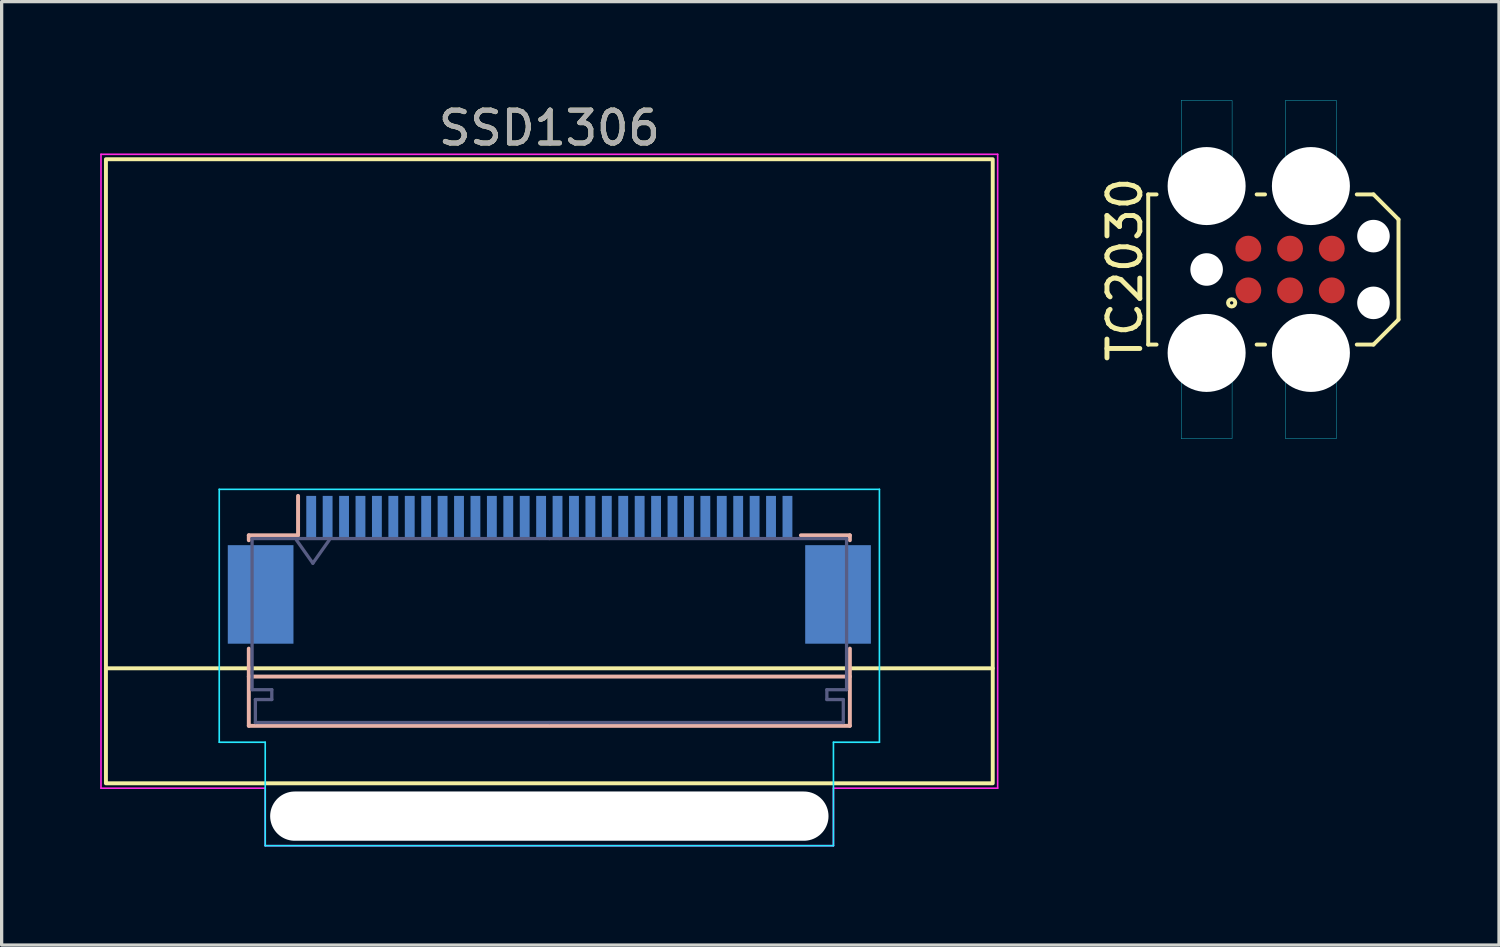
<source format=kicad_pcb>
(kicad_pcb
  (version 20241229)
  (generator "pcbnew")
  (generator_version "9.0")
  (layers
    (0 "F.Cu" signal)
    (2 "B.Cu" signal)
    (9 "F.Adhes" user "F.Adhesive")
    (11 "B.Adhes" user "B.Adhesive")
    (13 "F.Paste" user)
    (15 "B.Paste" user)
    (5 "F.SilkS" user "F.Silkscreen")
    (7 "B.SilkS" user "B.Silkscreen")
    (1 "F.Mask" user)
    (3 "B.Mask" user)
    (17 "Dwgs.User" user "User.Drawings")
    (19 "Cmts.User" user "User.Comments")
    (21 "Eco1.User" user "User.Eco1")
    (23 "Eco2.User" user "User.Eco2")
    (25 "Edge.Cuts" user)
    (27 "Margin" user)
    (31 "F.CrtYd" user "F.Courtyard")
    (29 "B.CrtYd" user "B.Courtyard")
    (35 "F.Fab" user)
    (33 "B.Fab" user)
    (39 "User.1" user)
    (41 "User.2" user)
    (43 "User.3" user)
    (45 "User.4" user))
  (footprint "TC2030"
    (layer "F.Cu")
    (at 36.227 5.155)
    (property "Reference" "TC2030" (at -5.029 0 270) (layer "F.SilkS") (effects (font (size 1 1) (thickness 0.15))))
    (attr through_hole)
    (fp_line (start -4.318 -2.286) (end -4.318 2.286) (stroke (width 0.12) (type solid)) (layer "F.SilkS"))
    (fp_line (start -4.318 -2.286) (end -4.064 -2.286) (stroke (width 0.12) (type solid)) (layer "F.SilkS"))
    (fp_line (start -4.064 2.286) (end -4.318 2.286) (stroke (width 0.12) (type solid)) (layer "F.SilkS"))
    (fp_line (start -1.016 -2.286) (end -0.762 -2.286) (stroke (width 0.12) (type solid)) (layer "F.SilkS"))
    (fp_line (start -1.016 2.286) (end -0.762 2.286) (stroke (width 0.12) (type solid)) (layer "F.SilkS"))
    (fp_line (start 2.032 -2.286) (end 2.54 -2.286) (stroke (width 0.12) (type solid)) (layer "F.SilkS"))
    (fp_line (start 2.54 -2.286) (end 3.302 -1.524) (stroke (width 0.12) (type solid)) (layer "F.SilkS"))
    (fp_line (start 2.54 2.286) (end 2.032 2.286) (stroke (width 0.12) (type solid)) (layer "F.SilkS"))
    (fp_line (start 3.302 -1.524) (end 3.302 1.524) (stroke (width 0.12) (type solid)) (layer "F.SilkS"))
    (fp_line (start 3.302 1.524) (end 2.54 2.286) (stroke (width 0.12) (type solid)) (layer "F.SilkS"))
    (fp_circle (center -1.778 1.016) (end -1.728 1.016) (stroke (width 0.12) (type solid)) (fill no) (layer "F.SilkS"))
    (fp_poly (pts (xy -3.315 -5.15) (xy -1.765 -5.15) (xy -1.765 -2.54) (xy -3.315 -2.54)) (stroke (width 0.01) (type solid)) (fill no) (layer "B.CrtYd"))
    (fp_poly (pts (xy -3.315 2.54) (xy -1.765 2.54) (xy -1.765 5.15) (xy -3.315 5.15)) (stroke (width 0.01) (type solid)) (fill no) (layer "B.CrtYd"))
    (fp_poly (pts (xy -0.14 -5.15) (xy 1.41 -5.15) (xy 1.41 -2.54) (xy -0.14 -2.54)) (stroke (width 0.01) (type solid)) (fill no) (layer "B.CrtYd"))
    (fp_poly (pts (xy -0.14 2.54) (xy 1.41 2.54) (xy 1.41 5.15) (xy -0.14 5.15)) (stroke (width 0.01) (type solid)) (fill no) (layer "B.CrtYd"))
    (pad "" np_thru_hole circle (at -2.54 -2.54) (size 2.375 2.375) (drill 2.375) (layers "*.Cu" "*.Mask"))
    (pad "" np_thru_hole circle (at -2.54 0) (size 0.991 0.991) (drill 0.991) (layers "*.Cu" "*.Mask"))
    (pad "" np_thru_hole circle (at -2.54 2.54) (size 2.375 2.375) (drill 2.375) (layers "*.Cu" "*.Mask"))
    (pad "" np_thru_hole circle (at 0.635 -2.54) (size 2.375 2.375) (drill 2.375) (layers "*.Cu" "*.Mask"))
    (pad "" np_thru_hole circle (at 0.635 2.54) (size 2.375 2.375) (drill 2.375) (layers "*.Cu" "*.Mask"))
    (pad "" np_thru_hole circle (at 2.54 -1.016) (size 0.991 0.991) (drill 0.991) (layers "*.Cu" "*.Mask"))
    (pad "" np_thru_hole circle (at 2.54 1.016) (size 0.991 0.991) (drill 0.991) (layers "*.Cu" "*.Mask"))
    (pad "1" smd circle (at -1.27 0.635) (size 0.787 0.787) (layers "F.Cu" "F.Mask" "F.Paste"))
    (pad "2" smd circle (at -1.27 -0.635) (size 0.787 0.787) (layers "F.Cu" "F.Mask" "F.Paste"))
    (pad "3" smd circle (at 0 0.635) (size 0.787 0.787) (layers "F.Cu" "F.Mask" "F.Paste"))
    (pad "4" smd circle (at 0 -0.635) (size 0.787 0.787) (layers "F.Cu" "F.Mask" "F.Paste"))
    (pad "5" smd circle (at 1.27 0.635) (size 0.787 0.787) (layers "F.Cu" "F.Mask" "F.Paste"))
    (pad "6" smd circle (at 1.27 -0.635) (size 0.787 0.787) (layers "F.Cu" "F.Mask" "F.Paste")))
  (footprint "SSD1306"
    (layer "F.Cu")
    (at 13.675 14.548)
    (property "Reference" "SSD1306" (at 0 -13.7 0) (layer "F.SilkS") (effects (font (size 1 1) (thickness 0.15))))
    (attr smd)
    (fp_line (start -13.5 2.75) (end 13.5 2.75) (stroke (width 0.12) (type solid)) (layer "F.SilkS"))
    (fp_rect (start 13.5 6.25) (end -13.5 -12.75) (stroke (width 0.12) (type solid)) (fill no) (layer "F.SilkS"))
    (fp_line (start -9.15 -1.3) (end -9.15 -1.15) (stroke (width 0.12) (type solid)) (layer "B.SilkS"))
    (fp_line (start -9.15 4.5) (end -9.15 2.15) (stroke (width 0.12) (type solid)) (layer "B.SilkS"))
    (fp_line (start -7.66 -1.3) (end -9.15 -1.3) (stroke (width 0.12) (type solid)) (layer "B.SilkS"))
    (fp_line (start -7.65 -1.3) (end -7.65 -2.5) (stroke (width 0.12) (type solid)) (layer "B.SilkS"))
    (fp_line (start 7.66 -1.3) (end 9.15 -1.3) (stroke (width 0.12) (type solid)) (layer "B.SilkS"))
    (fp_line (start 9.15 -1.3) (end 9.15 -1.15) (stroke (width 0.12) (type solid)) (layer "B.SilkS"))
    (fp_line (start 9.15 2.15) (end 9.15 4.5) (stroke (width 0.12) (type solid)) (layer "B.SilkS"))
    (fp_line (start 9.15 3) (end -9.15 3) (stroke (width 0.12) (type solid)) (layer "B.SilkS"))
    (fp_line (start 9.15 4.5) (end -9.15 4.5) (stroke (width 0.12) (type solid)) (layer "B.SilkS"))
    (fp_line (start -10.05 -2.7) (end 10.05 -2.7) (stroke (width 0.05) (type solid)) (layer "B.CrtYd"))
    (fp_line (start -10.05 5) (end -10.05 -2.7) (stroke (width 0.05) (type solid)) (layer "B.CrtYd"))
    (fp_line (start -8.65 5) (end -10.05 5) (stroke (width 0.05) (type solid)) (layer "B.CrtYd"))
    (fp_line (start -8.65 8.15) (end -8.65 5) (stroke (width 0.05) (type solid)) (layer "B.CrtYd"))
    (fp_line (start 8.65 5) (end 10.05 5) (stroke (width 0.05) (type solid)) (layer "B.CrtYd"))
    (fp_line (start 8.65 8.15) (end -8.65 8.15) (stroke (width 0.05) (type solid)) (layer "B.CrtYd"))
    (fp_line (start 8.65 8.15) (end 8.65 5) (stroke (width 0.05) (type solid)) (layer "B.CrtYd"))
    (fp_line (start 10.05 -2.7) (end 10.05 5) (stroke (width 0.05) (type solid)) (layer "B.CrtYd"))
    (fp_line (start -13.65 -12.9) (end 13.65 -12.9) (stroke (width 0.05) (type solid)) (layer "F.CrtYd"))
    (fp_line (start -13.65 6.4) (end -13.65 -12.9) (stroke (width 0.05) (type solid)) (layer "F.CrtYd"))
    (fp_line (start -8.65 6.4) (end -13.65 6.4) (stroke (width 0.05) (type solid)) (layer "F.CrtYd"))
    (fp_line (start -8.65 8.15) (end -8.65 6.4) (stroke (width 0.05) (type solid)) (layer "F.CrtYd"))
    (fp_line (start 8.65 6.4) (end 8.65 8.15) (stroke (width 0.05) (type solid)) (layer "F.CrtYd"))
    (fp_line (start 8.65 8.15) (end -8.65 8.15) (stroke (width 0.05) (type solid)) (layer "F.CrtYd"))
    (fp_line (start 13.65 -12.9) (end 13.65 6.4) (stroke (width 0.05) (type solid)) (layer "F.CrtYd"))
    (fp_line (start 13.65 6.4) (end 8.65 6.4) (stroke (width 0.05) (type solid)) (layer "F.CrtYd"))
    (fp_line (start -9.05 -1.2) (end -9.05 3.4) (stroke (width 0.1) (type solid)) (layer "B.Fab"))
    (fp_line (start -9.05 3.4) (end -8.45 3.4) (stroke (width 0.1) (type solid)) (layer "B.Fab"))
    (fp_line (start -8.95 3.7) (end -8.95 4.4) (stroke (width 0.1) (type solid)) (layer "B.Fab"))
    (fp_line (start -8.95 4.4) (end 0 4.4) (stroke (width 0.1) (type solid)) (layer "B.Fab"))
    (fp_line (start -8.45 3.4) (end -8.45 3.7) (stroke (width 0.1) (type solid)) (layer "B.Fab"))
    (fp_line (start -8.45 3.7) (end -8.95 3.7) (stroke (width 0.1) (type solid)) (layer "B.Fab"))
    (fp_line (start -7.2 -0.45) (end -7.7 -1.157) (stroke (width 0.1) (type solid)) (layer "B.Fab"))
    (fp_line (start -6.7 -1.157) (end -7.2 -0.45) (stroke (width 0.1) (type solid)) (layer "B.Fab"))
    (fp_line (start 0 -1.2) (end -9.05 -1.2) (stroke (width 0.1) (type solid)) (layer "B.Fab"))
    (fp_line (start 0 -1.2) (end 9.05 -1.2) (stroke (width 0.1) (type solid)) (layer "B.Fab"))
    (fp_line (start 8.45 3.4) (end 8.45 3.7) (stroke (width 0.1) (type solid)) (layer "B.Fab"))
    (fp_line (start 8.45 3.7) (end 8.95 3.7) (stroke (width 0.1) (type solid)) (layer "B.Fab"))
    (fp_line (start 8.95 3.7) (end 8.95 4.4) (stroke (width 0.1) (type solid)) (layer "B.Fab"))
    (fp_line (start 8.95 4.4) (end 0 4.4) (stroke (width 0.1) (type solid)) (layer "B.Fab"))
    (fp_line (start 9.05 -1.2) (end 9.05 3.4) (stroke (width 0.1) (type solid)) (layer "B.Fab"))
    (fp_line (start 9.05 3.4) (end 8.45 3.4) (stroke (width 0.1) (type solid)) (layer "B.Fab"))
    (fp_text user "${REFERENCE}" (at 0 -13.7 0) (layer "F.Fab") (effects (font (size 1 1) (thickness 0.15))))
    (pad "" np_thru_hole oval (at 0 7.25) (size 17 1.5) (drill oval 17 1.5) (layers "*.Cu" "*.Mask"))
    (pad "1" smd rect (at -7.25 -1.85) (size 0.3 1.3) (layers "B.Cu" "B.Mask" "B.Paste"))
    (pad "2" smd rect (at -6.75 -1.85) (size 0.3 1.3) (layers "B.Cu" "B.Mask" "B.Paste"))
    (pad "3" smd rect (at -6.25 -1.85) (size 0.3 1.3) (layers "B.Cu" "B.Mask" "B.Paste"))
    (pad "4" smd rect (at -5.75 -1.85) (size 0.3 1.3) (layers "B.Cu" "B.Mask" "B.Paste"))
    (pad "5" smd rect (at -5.25 -1.85) (size 0.3 1.3) (layers "B.Cu" "B.Mask" "B.Paste"))
    (pad "6" smd rect (at -4.75 -1.85) (size 0.3 1.3) (layers "B.Cu" "B.Mask" "B.Paste"))
    (pad "7" smd rect (at -4.25 -1.85) (size 0.3 1.3) (layers "B.Cu" "B.Mask" "B.Paste"))
    (pad "8" smd rect (at -3.75 -1.85) (size 0.3 1.3) (layers "B.Cu" "B.Mask" "B.Paste"))
    (pad "9" smd rect (at -3.25 -1.85) (size 0.3 1.3) (layers "B.Cu" "B.Mask" "B.Paste"))
    (pad "10" smd rect (at -2.75 -1.85) (size 0.3 1.3) (layers "B.Cu" "B.Mask" "B.Paste"))
    (pad "11" smd rect (at -2.25 -1.85) (size 0.3 1.3) (layers "B.Cu" "B.Mask" "B.Paste"))
    (pad "12" smd rect (at -1.75 -1.85) (size 0.3 1.3) (layers "B.Cu" "B.Mask" "B.Paste"))
    (pad "13" smd rect (at -1.25 -1.85) (size 0.3 1.3) (layers "B.Cu" "B.Mask" "B.Paste"))
    (pad "14" smd rect (at -0.75 -1.85) (size 0.3 1.3) (layers "B.Cu" "B.Mask" "B.Paste"))
    (pad "15" smd rect (at -0.25 -1.85) (size 0.3 1.3) (layers "B.Cu" "B.Mask" "B.Paste"))
    (pad "16" smd rect (at 0.25 -1.85) (size 0.3 1.3) (layers "B.Cu" "B.Mask" "B.Paste"))
    (pad "17" smd rect (at 0.75 -1.85) (size 0.3 1.3) (layers "B.Cu" "B.Mask" "B.Paste"))
    (pad "18" smd rect (at 1.25 -1.85) (size 0.3 1.3) (layers "B.Cu" "B.Mask" "B.Paste"))
    (pad "19" smd rect (at 1.75 -1.85) (size 0.3 1.3) (layers "B.Cu" "B.Mask" "B.Paste"))
    (pad "20" smd rect (at 2.25 -1.85) (size 0.3 1.3) (layers "B.Cu" "B.Mask" "B.Paste"))
    (pad "21" smd rect (at 2.75 -1.85) (size 0.3 1.3) (layers "B.Cu" "B.Mask" "B.Paste"))
    (pad "22" smd rect (at 3.25 -1.85) (size 0.3 1.3) (layers "B.Cu" "B.Mask" "B.Paste"))
    (pad "23" smd rect (at 3.75 -1.85) (size 0.3 1.3) (layers "B.Cu" "B.Mask" "B.Paste"))
    (pad "24" smd rect (at 4.25 -1.85) (size 0.3 1.3) (layers "B.Cu" "B.Mask" "B.Paste"))
    (pad "25" smd rect (at 4.75 -1.85) (size 0.3 1.3) (layers "B.Cu" "B.Mask" "B.Paste"))
    (pad "26" smd rect (at 5.25 -1.85) (size 0.3 1.3) (layers "B.Cu" "B.Mask" "B.Paste"))
    (pad "27" smd rect (at 5.75 -1.85) (size 0.3 1.3) (layers "B.Cu" "B.Mask" "B.Paste"))
    (pad "28" smd rect (at 6.25 -1.85) (size 0.3 1.3) (layers "B.Cu" "B.Mask" "B.Paste"))
    (pad "29" smd rect (at 6.75 -1.85) (size 0.3 1.3) (layers "B.Cu" "B.Mask" "B.Paste"))
    (pad "30" smd rect (at 7.25 -1.85) (size 0.3 1.3) (layers "B.Cu" "B.Mask" "B.Paste"))
    (pad "MP1" smd rect (at -8.79 0.5) (size 2 3) (layers "B.Cu" "B.Mask" "B.Paste"))
    (pad "MP2" smd rect (at 8.79 0.5) (size 2 3) (layers "B.Cu" "B.Mask" "B.Paste")))
  (gr_rect
    (start -3 -3)
    (end 42.589 25.723)
    (stroke (width 0.1) (type default))
    (fill no)
    (layer "Edge.Cuts")))
</source>
